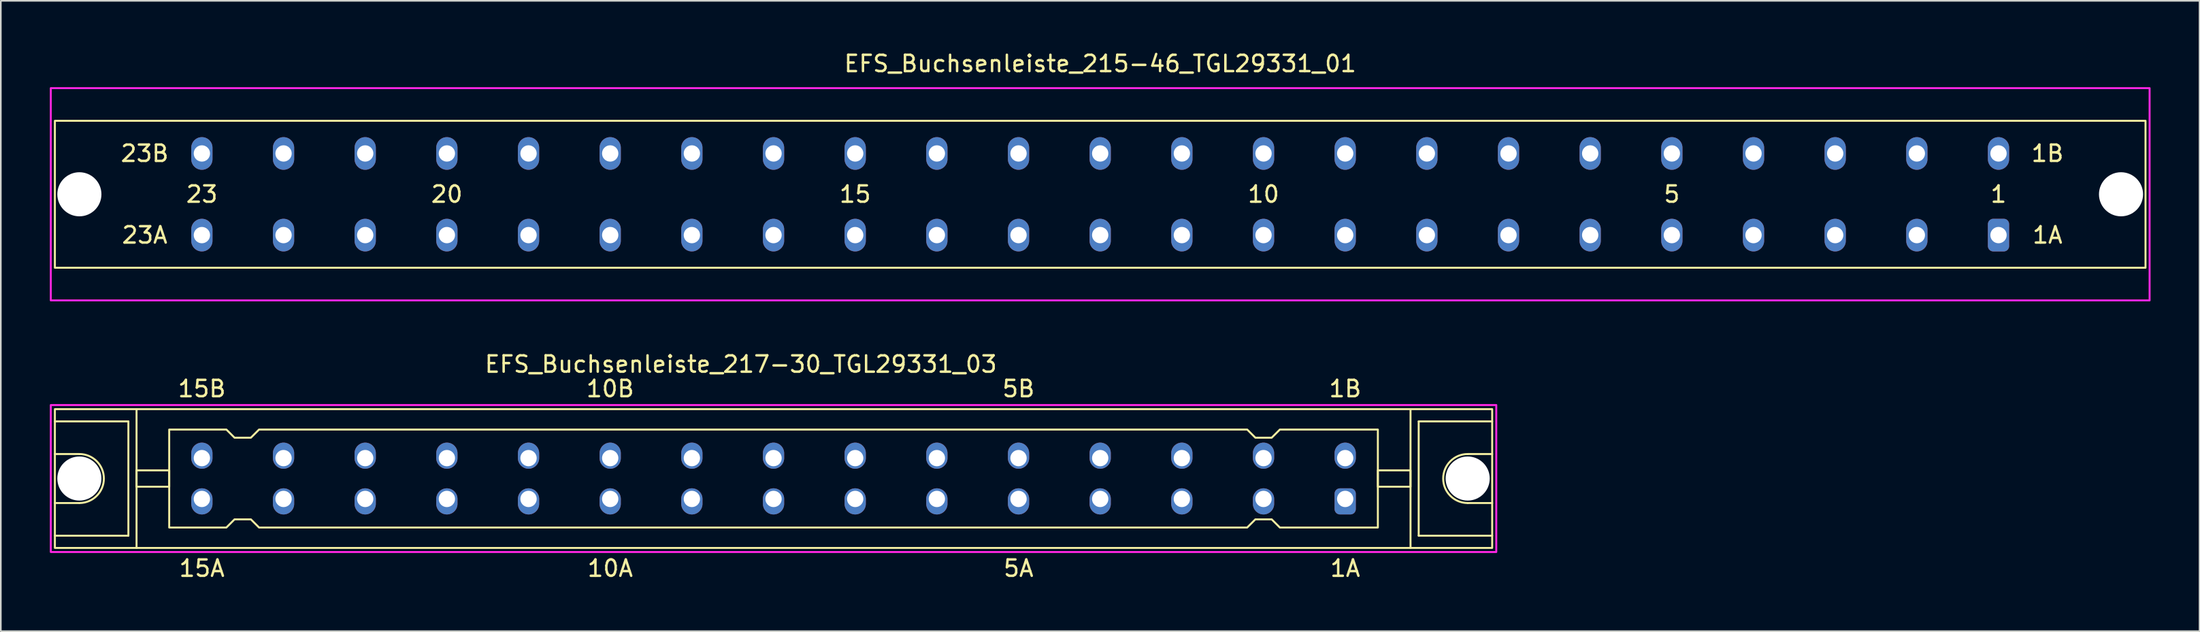
<source format=kicad_pcb>
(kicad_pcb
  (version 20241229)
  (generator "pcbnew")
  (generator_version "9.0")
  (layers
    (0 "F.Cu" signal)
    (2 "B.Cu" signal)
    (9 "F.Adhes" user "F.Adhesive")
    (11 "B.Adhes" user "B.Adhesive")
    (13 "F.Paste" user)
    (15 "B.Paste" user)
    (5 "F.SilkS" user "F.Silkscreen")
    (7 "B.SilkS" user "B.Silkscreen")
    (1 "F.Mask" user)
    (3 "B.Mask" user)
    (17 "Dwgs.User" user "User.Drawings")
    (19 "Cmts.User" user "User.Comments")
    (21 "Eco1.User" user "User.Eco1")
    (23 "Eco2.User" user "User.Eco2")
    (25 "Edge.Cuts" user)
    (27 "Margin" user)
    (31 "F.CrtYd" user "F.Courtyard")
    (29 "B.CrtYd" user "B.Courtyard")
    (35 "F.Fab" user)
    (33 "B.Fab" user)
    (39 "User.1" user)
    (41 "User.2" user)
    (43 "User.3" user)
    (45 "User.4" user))
  (footprint "EFS_Buchsenleiste_217-30_TGL29331_03"
    (layer "F.Cu")
    (at 44.31 26.256)
    (property "Reference" "EFS_Buchsenleiste_217-30_TGL29331_03" (at -2 -7 180) (layer "F.SilkS") (effects (font (size 1 1) (thickness 0.15))))
    (attr through_hole)
    (fp_line (start -44 -3.5) (end -39.5 -3.5) (stroke (width 0.12) (type solid)) (layer "F.SilkS"))
    (fp_line (start -42.5 -1.5) (end -44 -1.5) (stroke (width 0.12) (type solid)) (layer "F.SilkS"))
    (fp_line (start -42.5 1.5) (end -44 1.5) (stroke (width 0.12) (type solid)) (layer "F.SilkS"))
    (fp_line (start -39.5 -3.5) (end -39.5 3.5) (stroke (width 0.12) (type solid)) (layer "F.SilkS"))
    (fp_line (start -39.5 3.5) (end -44 3.5) (stroke (width 0.12) (type solid)) (layer "F.SilkS"))
    (fp_line (start -39 4.25) (end -39 -4.25) (stroke (width 0.12) (type solid)) (layer "F.SilkS"))
    (fp_line (start 39 4.25) (end 39 -4.25) (stroke (width 0.12) (type solid)) (layer "F.SilkS"))
    (fp_line (start 39.5 -3.5) (end 39.5 3.5) (stroke (width 0.12) (type solid)) (layer "F.SilkS"))
    (fp_line (start 39.5 3.5) (end 44 3.5) (stroke (width 0.12) (type solid)) (layer "F.SilkS"))
    (fp_line (start 42.5 -1.5) (end 44 -1.5) (stroke (width 0.12) (type solid)) (layer "F.SilkS"))
    (fp_line (start 42.5 1.5) (end 44 1.5) (stroke (width 0.12) (type solid)) (layer "F.SilkS"))
    (fp_line (start 44 -3.5) (end 39.5 -3.5) (stroke (width 0.12) (type solid)) (layer "F.SilkS"))
    (fp_rect (start -44 -4.25) (end 44 4.25) (stroke (width 0.12) (type solid)) (fill no) (layer "F.SilkS"))
    (fp_rect (start -39 -0.5) (end -37 0.5) (stroke (width 0.12) (type solid)) (fill no) (layer "F.SilkS"))
    (fp_rect (start 39 -0.5) (end 37 0.5) (stroke (width 0.12) (type solid)) (fill no) (layer "F.SilkS"))
    (fp_arc (start -42.5 -1.5) (mid -41 0) (end -42.5 1.5) (stroke (width 0.12) (type solid)) (layer "F.SilkS"))
    (fp_arc (start 42.5 1.5) (mid 41 0) (end 42.5 -1.5) (stroke (width 0.12) (type solid)) (layer "F.SilkS"))
    (fp_poly (pts (xy -33 -2.5) (xy -32 -2.5) (xy -31.5 -3) (xy 29 -3) (xy 29.5 -2.5) (xy 30.5 -2.5) (xy 31 -3) (xy 37 -3) (xy 37 3) (xy 31 3) (xy 30.5 2.5) (xy 29.5 2.5) (xy 29 3) (xy -31.5 3) (xy -32 2.5) (xy -33 2.5) (xy -33.5 3) (xy -37 3) (xy -37 -3) (xy -33.5 -3)) (stroke (width 0.12) (type solid)) (fill no) (layer "F.SilkS"))
    (fp_rect (start -44.25 -4.5) (end 44.25 4.5) (stroke (width 0.12) (type solid)) (fill no) (layer "F.CrtYd"))
    (fp_text user "1B" (at 35 -5.5 180) (layer "F.SilkS") (effects (font (size 1 1) (thickness 0.15))))
    (fp_text user "5A" (at 15 5.5 180) (layer "F.SilkS") (effects (font (size 1 1) (thickness 0.15))))
    (fp_text user "15B" (at -35 -5.5 180) (layer "F.SilkS") (effects (font (size 1 1) (thickness 0.15))))
    (fp_text user "1A" (at 35 5.5 180) (layer "F.SilkS") (effects (font (size 1 1) (thickness 0.15))))
    (fp_text user "15A" (at -35 5.5 180) (layer "F.SilkS") (effects (font (size 1 1) (thickness 0.15))))
    (fp_text user "10B" (at -10 -5.5 180) (layer "F.SilkS") (effects (font (size 1 1) (thickness 0.15))))
    (fp_text user "10A" (at -10 5.5 180) (layer "F.SilkS") (effects (font (size 1 1) (thickness 0.15))))
    (fp_text user "5B" (at 15 -5.5 180) (layer "F.SilkS") (effects (font (size 1 1) (thickness 0.15))))
    (pad "" np_thru_hole circle (at -42.5 0) (size 2.7 2.7) (drill 2.7) (layers "*.Cu" "*.Mask"))
    (pad "" np_thru_hole circle (at 42.5 0) (size 2.7 2.7) (drill 2.7) (layers "*.Cu" "*.Mask"))
    (pad "1a" thru_hole roundrect (at 35 1.25 180) (size 1.3 1.6) (drill 1 (offset 0 -0.15)) (layers "*.Cu" "*.Mask") (roundrect_rratio 0.25))
    (pad "1b" thru_hole oval (at 35 -1.25 180) (size 1.3 1.6) (drill 1 (offset 0 0.15)) (layers "*.Cu" "*.Mask"))
    (pad "2a" thru_hole oval (at 30 1.25 180) (size 1.3 1.6) (drill 1 (offset 0 -0.15)) (layers "*.Cu" "*.Mask"))
    (pad "2b" thru_hole oval (at 30 -1.25 180) (size 1.3 1.6) (drill 1 (offset 0 0.15)) (layers "*.Cu" "*.Mask"))
    (pad "3a" thru_hole oval (at 25 1.25 180) (size 1.3 1.6) (drill 1 (offset 0 -0.15)) (layers "*.Cu" "*.Mask"))
    (pad "3b" thru_hole oval (at 25 -1.25 180) (size 1.3 1.6) (drill 1 (offset 0 0.15)) (layers "*.Cu" "*.Mask"))
    (pad "4a" thru_hole oval (at 20 1.25 180) (size 1.3 1.6) (drill 1 (offset 0 -0.15)) (layers "*.Cu" "*.Mask"))
    (pad "4b" thru_hole oval (at 20 -1.25 180) (size 1.3 1.6) (drill 1 (offset 0 0.15)) (layers "*.Cu" "*.Mask"))
    (pad "5a" thru_hole oval (at 15 1.25 180) (size 1.3 1.6) (drill 1 (offset 0 -0.15)) (layers "*.Cu" "*.Mask"))
    (pad "5b" thru_hole oval (at 15 -1.25 180) (size 1.3 1.6) (drill 1 (offset 0 0.15)) (layers "*.Cu" "*.Mask"))
    (pad "6a" thru_hole oval (at 10 1.25 180) (size 1.3 1.6) (drill 1 (offset 0 -0.15)) (layers "*.Cu" "*.Mask"))
    (pad "6b" thru_hole oval (at 10 -1.25 180) (size 1.3 1.6) (drill 1 (offset 0 0.15)) (layers "*.Cu" "*.Mask"))
    (pad "7a" thru_hole oval (at 5 1.25 180) (size 1.3 1.6) (drill 1 (offset 0 -0.15)) (layers "*.Cu" "*.Mask"))
    (pad "7b" thru_hole oval (at 5 -1.25 180) (size 1.3 1.6) (drill 1 (offset 0 0.15)) (layers "*.Cu" "*.Mask"))
    (pad "8a" thru_hole oval (at 0 1.25 180) (size 1.3 1.6) (drill 1 (offset 0 -0.15)) (layers "*.Cu" "*.Mask"))
    (pad "8b" thru_hole oval (at 0 -1.25 180) (size 1.3 1.6) (drill 1 (offset 0 0.15)) (layers "*.Cu" "*.Mask"))
    (pad "9a" thru_hole oval (at -5 1.25 180) (size 1.3 1.6) (drill 1 (offset 0 -0.15)) (layers "*.Cu" "*.Mask"))
    (pad "9b" thru_hole oval (at -5 -1.25 180) (size 1.3 1.6) (drill 1 (offset 0 0.15)) (layers "*.Cu" "*.Mask"))
    (pad "10a" thru_hole oval (at -10 1.25 180) (size 1.3 1.6) (drill 1 (offset 0 -0.15)) (layers "*.Cu" "*.Mask"))
    (pad "10b" thru_hole oval (at -10 -1.25 180) (size 1.3 1.6) (drill 1 (offset 0 0.15)) (layers "*.Cu" "*.Mask"))
    (pad "11a" thru_hole oval (at -15 1.25 180) (size 1.3 1.6) (drill 1 (offset 0 -0.15)) (layers "*.Cu" "*.Mask"))
    (pad "11b" thru_hole oval (at -15 -1.25 180) (size 1.3 1.6) (drill 1 (offset 0 0.15)) (layers "*.Cu" "*.Mask"))
    (pad "12a" thru_hole oval (at -20 1.25 180) (size 1.3 1.6) (drill 1 (offset 0 -0.15)) (layers "*.Cu" "*.Mask"))
    (pad "12b" thru_hole oval (at -20 -1.25 180) (size 1.3 1.6) (drill 1 (offset 0 0.15)) (layers "*.Cu" "*.Mask"))
    (pad "13a" thru_hole oval (at -25 1.25 180) (size 1.3 1.6) (drill 1 (offset 0 -0.15)) (layers "*.Cu" "*.Mask"))
    (pad "13b" thru_hole oval (at -25 -1.25 180) (size 1.3 1.6) (drill 1 (offset 0 0.15)) (layers "*.Cu" "*.Mask"))
    (pad "14a" thru_hole oval (at -30 1.25 180) (size 1.3 1.6) (drill 1 (offset 0 -0.15)) (layers "*.Cu" "*.Mask"))
    (pad "14b" thru_hole oval (at -30 -1.25 180) (size 1.3 1.6) (drill 1 (offset 0 0.15)) (layers "*.Cu" "*.Mask"))
    (pad "15a" thru_hole oval (at -35 1.25 180) (size 1.3 1.6) (drill 1 (offset 0 -0.15)) (layers "*.Cu" "*.Mask"))
    (pad "15b" thru_hole oval (at -35 -1.25 180) (size 1.3 1.6) (drill 1 (offset 0 0.15)) (layers "*.Cu" "*.Mask")))
  (footprint "EFS_Buchsenleiste_215-46_TGL29331_01"
    (layer "F.Cu")
    (at 64.31 8.848)
    (property "Reference" "EFS_Buchsenleiste_215-46_TGL29331_01" (at 0 -8 180) (layer "F.SilkS") (effects (font (size 1 1) (thickness 0.15))))
    (attr through_hole)
    (fp_rect (start -64 -4.5) (end 64 4.5) (stroke (width 0.12) (type solid)) (fill no) (layer "F.SilkS"))
    (fp_rect (start -64.25 -6.5) (end 64.25 6.5) (stroke (width 0.12) (type solid)) (fill no) (layer "F.CrtYd"))
    (fp_text user "23B" (at -58.5 -2.5 0) (layer "F.SilkS") (effects (font (size 1 1) (thickness 0.15))))
    (fp_text user "15" (at -15 0 180) (layer "F.SilkS") (effects (font (size 1 1) (thickness 0.15))))
    (fp_text user "1A" (at 58 2.5 0) (layer "F.SilkS") (effects (font (size 1 1) (thickness 0.15))))
    (fp_text user "10" (at 10 0 180) (layer "F.SilkS") (effects (font (size 1 1) (thickness 0.15))))
    (fp_text user "1B" (at 58 -2.5 0) (layer "F.SilkS") (effects (font (size 1 1) (thickness 0.15))))
    (fp_text user "23A" (at -58.5 2.5 0) (layer "F.SilkS") (effects (font (size 1 1) (thickness 0.15))))
    (fp_text user "5" (at 35 0 180) (layer "F.SilkS") (effects (font (size 1 1) (thickness 0.15))))
    (fp_text user "1" (at 55 0 180) (layer "F.SilkS") (effects (font (size 1 1) (thickness 0.15))))
    (fp_text user "23" (at -55 0 180) (layer "F.SilkS") (effects (font (size 1 1) (thickness 0.15))))
    (fp_text user "20" (at -40 0 180) (layer "F.SilkS") (effects (font (size 1 1) (thickness 0.15))))
    (pad "" np_thru_hole circle (at -62.5 0) (size 2.7 2.7) (drill 2.7) (layers "*.Cu" "*.Mask"))
    (pad "" np_thru_hole circle (at 62.5 0) (size 2.7 2.7) (drill 2.7) (layers "*.Cu" "*.Mask"))
    (pad "1a" thru_hole roundrect (at 55 2.5) (size 1.3 2) (drill 1) (layers "*.Cu" "*.Mask") (roundrect_rratio 0.25))
    (pad "1b" thru_hole oval (at 55 -2.5) (size 1.3 2) (drill 1) (layers "*.Cu" "*.Mask"))
    (pad "2a" thru_hole oval (at 50 2.5) (size 1.3 2) (drill 1) (layers "*.Cu" "*.Mask"))
    (pad "2b" thru_hole oval (at 50 -2.5) (size 1.3 2) (drill 1) (layers "*.Cu" "*.Mask"))
    (pad "3a" thru_hole oval (at 45 2.5) (size 1.3 2) (drill 1) (layers "*.Cu" "*.Mask"))
    (pad "3b" thru_hole oval (at 45 -2.5) (size 1.3 2) (drill 1) (layers "*.Cu" "*.Mask"))
    (pad "4a" thru_hole oval (at 40 2.5) (size 1.3 2) (drill 1) (layers "*.Cu" "*.Mask"))
    (pad "4b" thru_hole oval (at 40 -2.5) (size 1.3 2) (drill 1) (layers "*.Cu" "*.Mask"))
    (pad "5a" thru_hole oval (at 35 2.5) (size 1.3 2) (drill 1) (layers "*.Cu" "*.Mask"))
    (pad "5b" thru_hole oval (at 35 -2.5) (size 1.3 2) (drill 1) (layers "*.Cu" "*.Mask"))
    (pad "6a" thru_hole oval (at 30 2.5) (size 1.3 2) (drill 1) (layers "*.Cu" "*.Mask"))
    (pad "6b" thru_hole oval (at 30 -2.5) (size 1.3 2) (drill 1) (layers "*.Cu" "*.Mask"))
    (pad "7a" thru_hole oval (at 25 2.5) (size 1.3 2) (drill 1) (layers "*.Cu" "*.Mask"))
    (pad "7b" thru_hole oval (at 25 -2.5) (size 1.3 2) (drill 1) (layers "*.Cu" "*.Mask"))
    (pad "8a" thru_hole oval (at 20 2.5) (size 1.3 2) (drill 1) (layers "*.Cu" "*.Mask"))
    (pad "8b" thru_hole oval (at 20 -2.5) (size 1.3 2) (drill 1) (layers "*.Cu" "*.Mask"))
    (pad "9a" thru_hole oval (at 15 2.5) (size 1.3 2) (drill 1) (layers "*.Cu" "*.Mask"))
    (pad "9b" thru_hole oval (at 15 -2.5) (size 1.3 2) (drill 1) (layers "*.Cu" "*.Mask"))
    (pad "10a" thru_hole oval (at 10 2.5) (size 1.3 2) (drill 1) (layers "*.Cu" "*.Mask"))
    (pad "10b" thru_hole oval (at 10 -2.5) (size 1.3 2) (drill 1) (layers "*.Cu" "*.Mask"))
    (pad "11a" thru_hole oval (at 5 2.5) (size 1.3 2) (drill 1) (layers "*.Cu" "*.Mask"))
    (pad "11b" thru_hole oval (at 5 -2.5) (size 1.3 2) (drill 1) (layers "*.Cu" "*.Mask"))
    (pad "12a" thru_hole oval (at 0 2.5) (size 1.3 2) (drill 1) (layers "*.Cu" "*.Mask"))
    (pad "12b" thru_hole oval (at 0 -2.5) (size 1.3 2) (drill 1) (layers "*.Cu" "*.Mask"))
    (pad "13a" thru_hole oval (at -5 2.5) (size 1.3 2) (drill 1) (layers "*.Cu" "*.Mask"))
    (pad "13b" thru_hole oval (at -5 -2.5) (size 1.3 2) (drill 1) (layers "*.Cu" "*.Mask"))
    (pad "14a" thru_hole oval (at -10 2.5) (size 1.3 2) (drill 1) (layers "*.Cu" "*.Mask"))
    (pad "14b" thru_hole oval (at -10 -2.5) (size 1.3 2) (drill 1) (layers "*.Cu" "*.Mask"))
    (pad "15a" thru_hole oval (at -15 2.5) (size 1.3 2) (drill 1) (layers "*.Cu" "*.Mask"))
    (pad "15b" thru_hole oval (at -15 -2.5) (size 1.3 2) (drill 1) (layers "*.Cu" "*.Mask"))
    (pad "16a" thru_hole oval (at -20 2.5) (size 1.3 2) (drill 1) (layers "*.Cu" "*.Mask"))
    (pad "16b" thru_hole oval (at -20 -2.5) (size 1.3 2) (drill 1) (layers "*.Cu" "*.Mask"))
    (pad "17a" thru_hole oval (at -25 2.5) (size 1.3 2) (drill 1) (layers "*.Cu" "*.Mask"))
    (pad "17b" thru_hole oval (at -25 -2.5) (size 1.3 2) (drill 1) (layers "*.Cu" "*.Mask"))
    (pad "18a" thru_hole oval (at -30 2.5) (size 1.3 2) (drill 1) (layers "*.Cu" "*.Mask"))
    (pad "18b" thru_hole oval (at -30 -2.5) (size 1.3 2) (drill 1) (layers "*.Cu" "*.Mask"))
    (pad "19a" thru_hole oval (at -35 2.5) (size 1.3 2) (drill 1) (layers "*.Cu" "*.Mask"))
    (pad "19b" thru_hole oval (at -35 -2.5) (size 1.3 2) (drill 1) (layers "*.Cu" "*.Mask"))
    (pad "20a" thru_hole oval (at -40 2.5) (size 1.3 2) (drill 1) (layers "*.Cu" "*.Mask"))
    (pad "20b" thru_hole oval (at -40 -2.5) (size 1.3 2) (drill 1) (layers "*.Cu" "*.Mask"))
    (pad "21a" thru_hole oval (at -45 2.5) (size 1.3 2) (drill 1) (layers "*.Cu" "*.Mask"))
    (pad "21b" thru_hole oval (at -45 -2.5) (size 1.3 2) (drill 1) (layers "*.Cu" "*.Mask"))
    (pad "22a" thru_hole oval (at -50 2.5) (size 1.3 2) (drill 1) (layers "*.Cu" "*.Mask"))
    (pad "22b" thru_hole oval (at -50 -2.5) (size 1.3 2) (drill 1) (layers "*.Cu" "*.Mask"))
    (pad "23a" thru_hole oval (at -55 2.5) (size 1.3 2) (drill 1) (layers "*.Cu" "*.Mask"))
    (pad "23b" thru_hole oval (at -55 -2.5) (size 1.3 2) (drill 1) (layers "*.Cu" "*.Mask")))
  (gr_rect
    (start -3 -3)
    (end 131.62 35.605)
    (stroke (width 0.1) (type default))
    (fill no)
    (layer "Edge.Cuts")))
</source>
